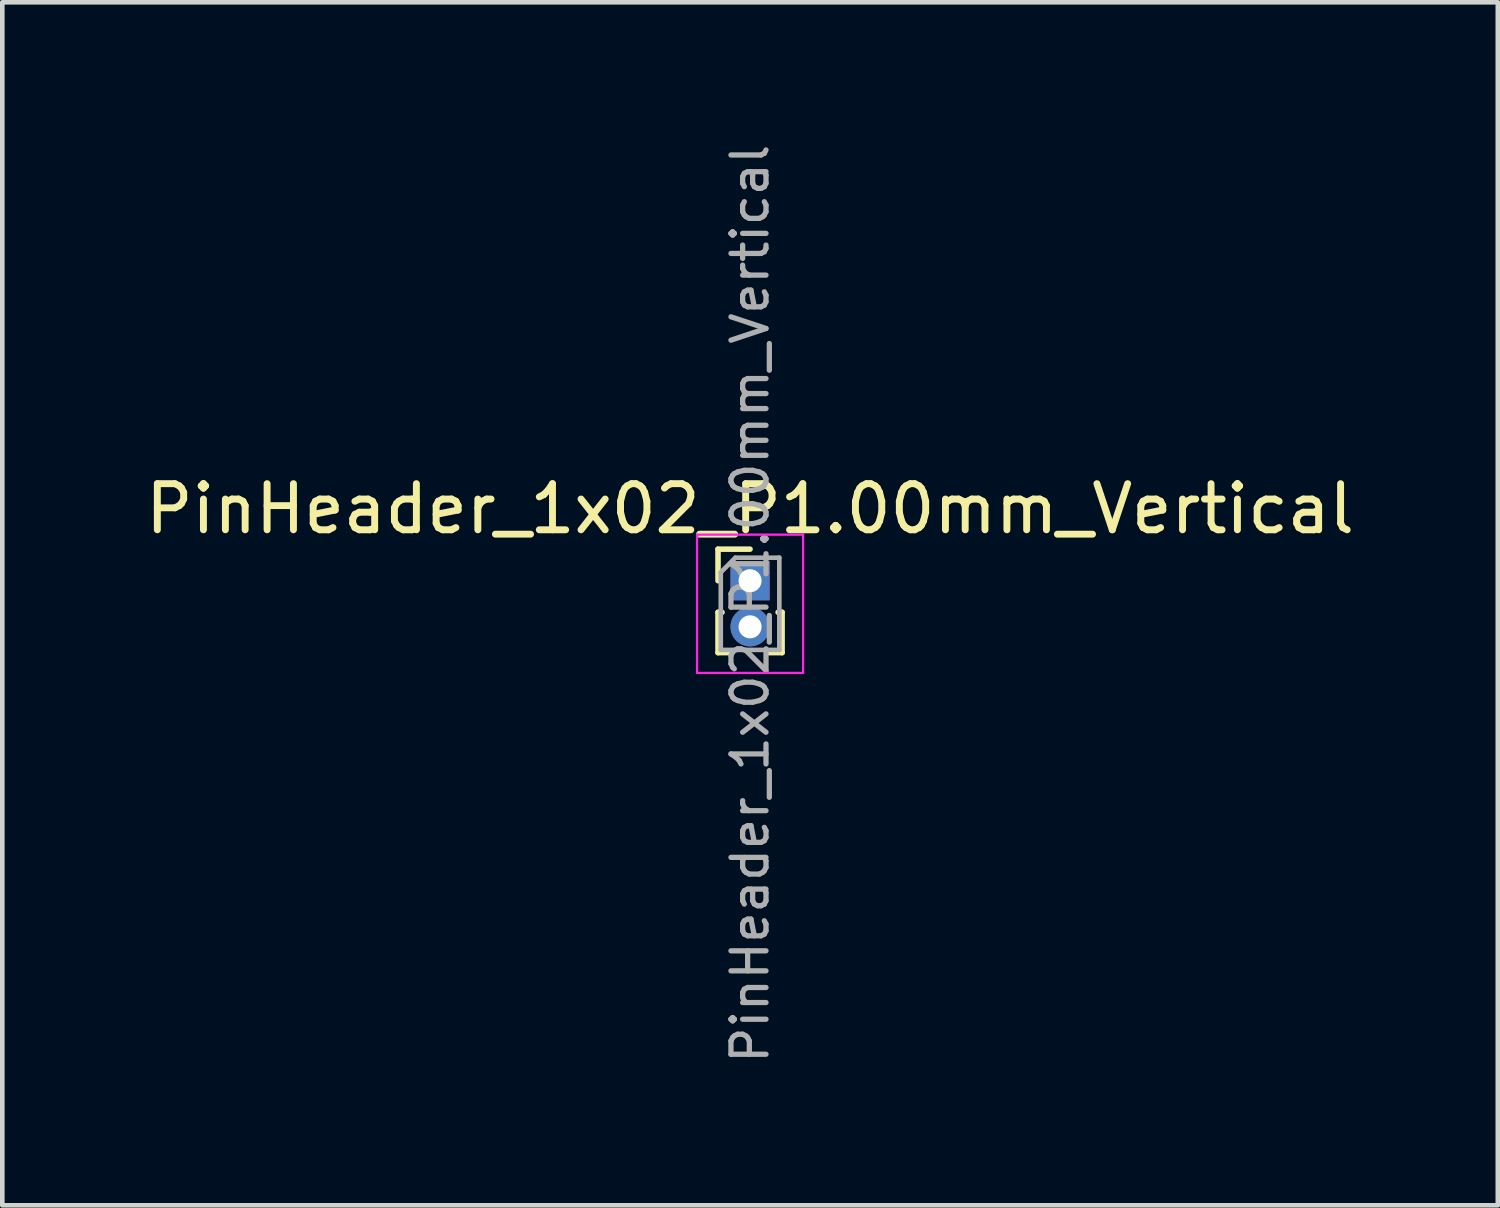
<source format=kicad_pcb>
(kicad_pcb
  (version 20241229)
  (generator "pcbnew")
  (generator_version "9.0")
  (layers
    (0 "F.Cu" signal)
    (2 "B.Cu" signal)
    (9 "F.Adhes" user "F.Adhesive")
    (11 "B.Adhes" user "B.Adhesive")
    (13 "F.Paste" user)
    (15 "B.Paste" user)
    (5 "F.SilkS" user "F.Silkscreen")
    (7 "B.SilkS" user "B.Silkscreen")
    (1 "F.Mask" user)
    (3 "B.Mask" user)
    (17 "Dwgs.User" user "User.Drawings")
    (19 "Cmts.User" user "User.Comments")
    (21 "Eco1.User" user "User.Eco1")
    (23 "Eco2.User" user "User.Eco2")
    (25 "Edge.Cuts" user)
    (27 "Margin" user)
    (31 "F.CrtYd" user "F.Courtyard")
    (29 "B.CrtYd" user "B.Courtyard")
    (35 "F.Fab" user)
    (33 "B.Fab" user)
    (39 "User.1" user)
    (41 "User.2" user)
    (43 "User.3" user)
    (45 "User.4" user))
  (footprint "PinHeader_1x02_P1.00mm_Vertical"
    (layer "F.Cu")
    (at 13.22 9.547)
    (property "Reference" "PinHeader_1x02_P1.00mm_Vertical" (at 0 -1.56 0) (layer "F.SilkS") (effects (font (size 1 1) (thickness 0.15))))
    (attr through_hole)
    (fp_line (start -0.695 -0.685) (end 0 -0.685) (stroke (width 0.12) (type solid)) (layer "F.SilkS"))
    (fp_line (start -0.695 0) (end -0.695 -0.685) (stroke (width 0.12) (type solid)) (layer "F.SilkS"))
    (fp_line (start -0.695 0.685) (end -0.695 1.56) (stroke (width 0.12) (type solid)) (layer "F.SilkS"))
    (fp_line (start -0.695 0.685) (end -0.608 0.685) (stroke (width 0.12) (type solid)) (layer "F.SilkS"))
    (fp_line (start -0.695 1.56) (end -0.394 1.56) (stroke (width 0.12) (type solid)) (layer "F.SilkS"))
    (fp_line (start 0.394 1.56) (end 0.695 1.56) (stroke (width 0.12) (type solid)) (layer "F.SilkS"))
    (fp_line (start 0.608 0.685) (end 0.695 0.685) (stroke (width 0.12) (type solid)) (layer "F.SilkS"))
    (fp_line (start 0.695 0.685) (end 0.695 1.56) (stroke (width 0.12) (type solid)) (layer "F.SilkS"))
    (fp_line (start -1.15 -1) (end -1.15 2) (stroke (width 0.05) (type solid)) (layer "F.CrtYd"))
    (fp_line (start -1.15 2) (end 1.15 2) (stroke (width 0.05) (type solid)) (layer "F.CrtYd"))
    (fp_line (start 1.15 -1) (end -1.15 -1) (stroke (width 0.05) (type solid)) (layer "F.CrtYd"))
    (fp_line (start 1.15 2) (end 1.15 -1) (stroke (width 0.05) (type solid)) (layer "F.CrtYd"))
    (fp_line (start -0.635 -0.182) (end -0.318 -0.5) (stroke (width 0.1) (type solid)) (layer "F.Fab"))
    (fp_line (start -0.635 1.5) (end -0.635 -0.182) (stroke (width 0.1) (type solid)) (layer "F.Fab"))
    (fp_line (start -0.318 -0.5) (end 0.635 -0.5) (stroke (width 0.1) (type solid)) (layer "F.Fab"))
    (fp_line (start 0.635 -0.5) (end 0.635 1.5) (stroke (width 0.1) (type solid)) (layer "F.Fab"))
    (fp_line (start 0.635 1.5) (end -0.635 1.5) (stroke (width 0.1) (type solid)) (layer "F.Fab"))
    (fp_text user "${REFERENCE}" (at 0 0.5 90) (layer "F.Fab") (effects (font (size 0.76 0.76) (thickness 0.114))))
    (pad "1" thru_hole rect (at 0 0) (size 0.85 0.85) (drill 0.5) (layers "*.Cu" "*.Mask"))
    (pad "2" thru_hole oval (at 0 1) (size 0.85 0.85) (drill 0.5) (layers "*.Cu" "*.Mask")))
  (gr_rect
    (start -3 -3)
    (end 29.44 23.095)
    (stroke (width 0.1) (type default))
    (fill no)
    (layer "Edge.Cuts")))
</source>
